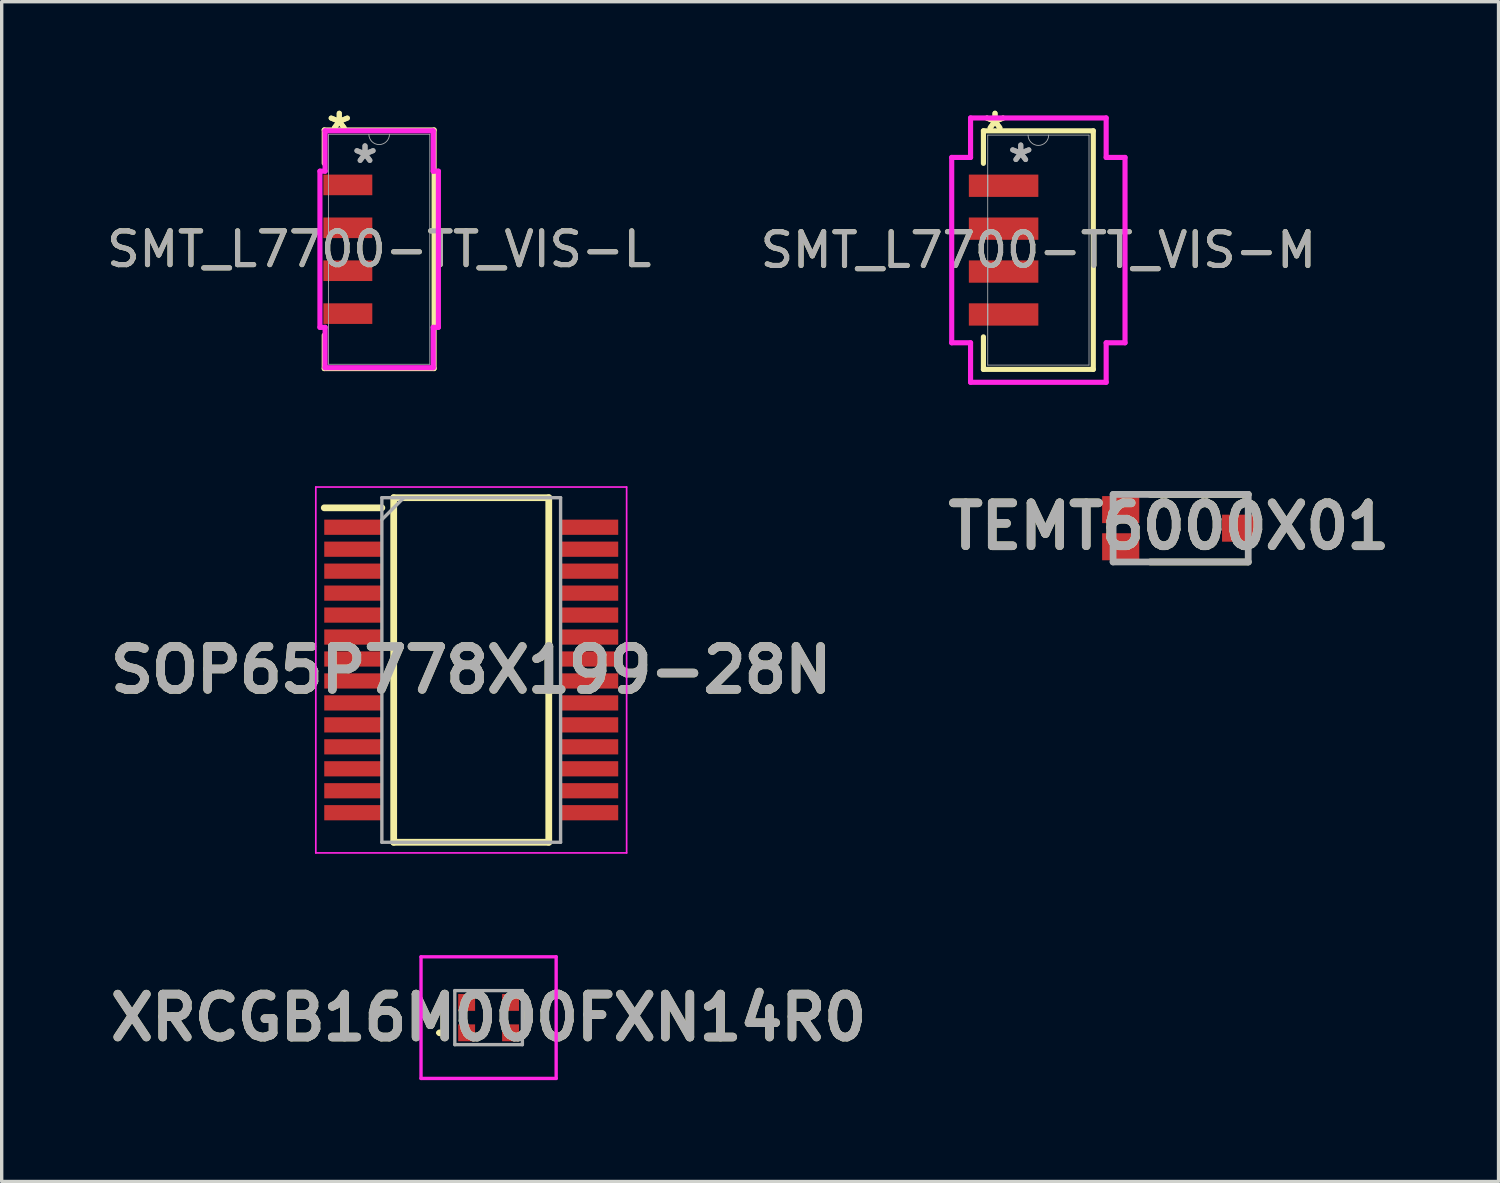
<source format=kicad_pcb>
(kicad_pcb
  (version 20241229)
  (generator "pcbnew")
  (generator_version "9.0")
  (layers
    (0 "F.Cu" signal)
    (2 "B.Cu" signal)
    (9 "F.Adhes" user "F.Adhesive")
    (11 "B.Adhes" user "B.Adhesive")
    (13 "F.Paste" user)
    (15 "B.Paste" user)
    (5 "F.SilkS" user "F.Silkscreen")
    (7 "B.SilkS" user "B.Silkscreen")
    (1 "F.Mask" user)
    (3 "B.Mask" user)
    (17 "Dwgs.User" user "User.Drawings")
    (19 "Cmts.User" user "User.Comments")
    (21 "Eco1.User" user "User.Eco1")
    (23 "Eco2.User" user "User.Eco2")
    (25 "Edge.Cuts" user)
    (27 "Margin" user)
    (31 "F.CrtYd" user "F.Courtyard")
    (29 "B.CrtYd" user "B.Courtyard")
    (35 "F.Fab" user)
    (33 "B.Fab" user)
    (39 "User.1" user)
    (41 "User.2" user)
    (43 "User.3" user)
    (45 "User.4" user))
  (footprint "SMT_L7700-TT_VIS-M"
    (layer "F.Cu")
    (at 27.685 4.353)
    (property "Reference" "SMT_L7700-TT_VIS-M" (at 0 0 0) (unlocked yes) (layer "F.SilkS") (effects (font (size 1 1) (thickness 0.15))))
    (attr smd)
    (fp_line (start -1.626 -3.531) (end -1.626 -2.568) (stroke (width 0.152) (type solid)) (layer "F.SilkS"))
    (fp_line (start -1.626 2.568) (end -1.626 3.531) (stroke (width 0.152) (type solid)) (layer "F.SilkS"))
    (fp_line (start -1.626 3.531) (end 1.626 3.531) (stroke (width 0.152) (type solid)) (layer "F.SilkS"))
    (fp_line (start 1.626 -3.531) (end -1.626 -3.531) (stroke (width 0.152) (type solid)) (layer "F.SilkS"))
    (fp_line (start 1.626 3.531) (end 1.626 -3.531) (stroke (width 0.152) (type solid)) (layer "F.SilkS"))
    (fp_line (start -2.565 -2.743) (end -2.007 -2.743) (stroke (width 0.152) (type solid)) (layer "F.CrtYd"))
    (fp_line (start -2.565 2.743) (end -2.565 -2.743) (stroke (width 0.152) (type solid)) (layer "F.CrtYd"))
    (fp_line (start -2.565 2.743) (end -2.007 2.743) (stroke (width 0.152) (type solid)) (layer "F.CrtYd"))
    (fp_line (start -2.007 -3.912) (end 2.007 -3.912) (stroke (width 0.152) (type solid)) (layer "F.CrtYd"))
    (fp_line (start -2.007 -2.743) (end -2.007 -3.912) (stroke (width 0.152) (type solid)) (layer "F.CrtYd"))
    (fp_line (start -2.007 3.912) (end -2.007 2.743) (stroke (width 0.152) (type solid)) (layer "F.CrtYd"))
    (fp_line (start 2.007 -3.912) (end 2.007 -2.743) (stroke (width 0.152) (type solid)) (layer "F.CrtYd"))
    (fp_line (start 2.007 2.743) (end 2.007 3.912) (stroke (width 0.152) (type solid)) (layer "F.CrtYd"))
    (fp_line (start 2.007 3.912) (end -2.007 3.912) (stroke (width 0.152) (type solid)) (layer "F.CrtYd"))
    (fp_line (start 2.565 -2.743) (end 2.007 -2.743) (stroke (width 0.152) (type solid)) (layer "F.CrtYd"))
    (fp_line (start 2.565 -2.743) (end 2.565 2.743) (stroke (width 0.152) (type solid)) (layer "F.CrtYd"))
    (fp_line (start 2.565 2.743) (end 2.007 2.743) (stroke (width 0.152) (type solid)) (layer "F.CrtYd"))
    (fp_line (start -1.499 -3.404) (end -1.499 3.404) (stroke (width 0.025) (type solid)) (layer "F.Fab"))
    (fp_line (start -1.499 -2.21) (end -1.499 -2.21) (stroke (width 0.025) (type solid)) (layer "F.Fab"))
    (fp_line (start -1.499 -2.21) (end -1.499 -1.6) (stroke (width 0.025) (type solid)) (layer "F.Fab"))
    (fp_line (start -1.499 -1.6) (end -1.499 -2.21) (stroke (width 0.025) (type solid)) (layer "F.Fab"))
    (fp_line (start -1.499 -1.6) (end -1.499 -1.6) (stroke (width 0.025) (type solid)) (layer "F.Fab"))
    (fp_line (start -1.499 -0.94) (end -1.499 -0.94) (stroke (width 0.025) (type solid)) (layer "F.Fab"))
    (fp_line (start -1.499 -0.94) (end -1.499 -0.33) (stroke (width 0.025) (type solid)) (layer "F.Fab"))
    (fp_line (start -1.499 -0.33) (end -1.499 -0.94) (stroke (width 0.025) (type solid)) (layer "F.Fab"))
    (fp_line (start -1.499 -0.33) (end -1.499 -0.33) (stroke (width 0.025) (type solid)) (layer "F.Fab"))
    (fp_line (start -1.499 0.33) (end -1.499 0.33) (stroke (width 0.025) (type solid)) (layer "F.Fab"))
    (fp_line (start -1.499 0.33) (end -1.499 0.94) (stroke (width 0.025) (type solid)) (layer "F.Fab"))
    (fp_line (start -1.499 0.94) (end -1.499 0.33) (stroke (width 0.025) (type solid)) (layer "F.Fab"))
    (fp_line (start -1.499 0.94) (end -1.499 0.94) (stroke (width 0.025) (type solid)) (layer "F.Fab"))
    (fp_line (start -1.499 1.6) (end -1.499 1.6) (stroke (width 0.025) (type solid)) (layer "F.Fab"))
    (fp_line (start -1.499 1.6) (end -1.499 2.21) (stroke (width 0.025) (type solid)) (layer "F.Fab"))
    (fp_line (start -1.499 2.21) (end -1.499 1.6) (stroke (width 0.025) (type solid)) (layer "F.Fab"))
    (fp_line (start -1.499 2.21) (end -1.499 2.21) (stroke (width 0.025) (type solid)) (layer "F.Fab"))
    (fp_line (start -1.499 3.404) (end 1.499 3.404) (stroke (width 0.025) (type solid)) (layer "F.Fab"))
    (fp_line (start 1.499 -3.404) (end -1.499 -3.404) (stroke (width 0.025) (type solid)) (layer "F.Fab"))
    (fp_line (start 1.499 3.404) (end 1.499 -3.404) (stroke (width 0.025) (type solid)) (layer "F.Fab"))
    (fp_arc (start 0.3048 -3.4036) (mid 0 -3.0988) (end -0.3048 -3.4036) (stroke (width 0.0254) (type solid)) (layer "F.Fab"))
    (fp_text user "*" (at -1.283 -3.505 0) (layer "F.SilkS") (effects (font (size 1 1) (thickness 0.15))))
    (fp_text user "*" (at -1.283 -3.505 0) (unlocked yes) (layer "F.SilkS") (effects (font (size 1 1) (thickness 0.15))))
    (fp_text user "${REFERENCE}" (at 0 0 0) (unlocked yes) (layer "F.Fab") (effects (font (size 1 1) (thickness 0.15))))
    (fp_text user "*" (at -0.521 -2.565 0) (layer "F.Fab") (effects (font (size 1 1) (thickness 0.15))))
    (fp_text user "*" (at -0.521 -2.565 0) (unlocked yes) (layer "F.Fab") (effects (font (size 1 1) (thickness 0.15))))
    (pad "1" smd rect (at -1.029 -1.905) (size 2.057 0.66) (layers "F.Cu" "F.Mask" "F.Paste"))
    (pad "2" smd rect (at -1.029 -0.635) (size 2.057 0.66) (layers "F.Cu" "F.Mask" "F.Paste"))
    (pad "3" smd rect (at -1.029 0.635) (size 2.057 0.66) (layers "F.Cu" "F.Mask" "F.Paste"))
    (pad "4" smd rect (at -1.029 1.905) (size 2.057 0.66) (layers "F.Cu" "F.Mask" "F.Paste")))
  (footprint "XRCGB16M000FXN14R0"
    (layer "F.Cu")
    (at 11.412 27.071)
    (property "Reference" "XRCGB16M000FXN14R0" (at 0 0 0) (layer "F.SilkS") (effects (font (size 1.27 1.27) (thickness 0.254))))
    (attr smd)
    (fp_line (start -1.5 0.45) (end -1.5 0.45) (stroke (width 0.1) (type solid)) (layer "F.SilkS"))
    (fp_line (start -1.4 0.45) (end -1.4 0.45) (stroke (width 0.1) (type solid)) (layer "F.SilkS"))
    (fp_arc (start -1.5 0.45) (mid -1.45 0.4) (end -1.4 0.45) (stroke (width 0.1) (type solid)) (layer "F.SilkS"))
    (fp_arc (start -1.4 0.45) (mid -1.45 0.5) (end -1.5 0.45) (stroke (width 0.1) (type solid)) (layer "F.SilkS"))
    (fp_line (start -2 -1.8) (end 2 -1.8) (stroke (width 0.1) (type solid)) (layer "F.CrtYd"))
    (fp_line (start -2 1.8) (end -2 -1.8) (stroke (width 0.1) (type solid)) (layer "F.CrtYd"))
    (fp_line (start 2 -1.8) (end 2 1.8) (stroke (width 0.1) (type solid)) (layer "F.CrtYd"))
    (fp_line (start 2 1.8) (end -2 1.8) (stroke (width 0.1) (type solid)) (layer "F.CrtYd"))
    (fp_line (start -1 -0.8) (end 1 -0.8) (stroke (width 0.1) (type solid)) (layer "F.Fab"))
    (fp_line (start -1 0.8) (end -1 -0.8) (stroke (width 0.1) (type solid)) (layer "F.Fab"))
    (fp_line (start 1 -0.8) (end 1 0.8) (stroke (width 0.1) (type solid)) (layer "F.Fab"))
    (fp_line (start 1 0.8) (end -1 0.8) (stroke (width 0.1) (type solid)) (layer "F.Fab"))
    (fp_text user "${REFERENCE}" (at 0 0 0) (layer "F.Fab") (effects (font (size 1.27 1.27) (thickness 0.254))))
    (pad "1" smd rect (at -0.65 0.45 90) (size 0.5 0.5) (layers "F.Cu" "F.Mask" "F.Paste"))
    (pad "2" smd rect (at 0.65 0.45 90) (size 0.5 0.5) (layers "F.Cu" "F.Mask" "F.Paste"))
    (pad "3" smd rect (at 0.65 -0.45 90) (size 0.5 0.5) (layers "F.Cu" "F.Mask" "F.Paste"))
    (pad "4" smd rect (at -0.65 -0.45 90) (size 0.5 0.5) (layers "F.Cu" "F.Mask" "F.Paste")))
  (footprint "SMT_L7700-TT_VIS-L"
    (layer "F.Cu")
    (at 8.173 4.328)
    (property "Reference" "SMT_L7700-TT_VIS-L" (at 0 0 0) (unlocked yes) (layer "F.SilkS") (effects (font (size 1 1) (thickness 0.15))))
    (attr smd)
    (fp_line (start -1.626 -3.531) (end -1.626 -2.543) (stroke (width 0.152) (type solid)) (layer "F.SilkS"))
    (fp_line (start -1.626 2.543) (end -1.626 3.531) (stroke (width 0.152) (type solid)) (layer "F.SilkS"))
    (fp_line (start -1.626 3.531) (end 1.626 3.531) (stroke (width 0.152) (type solid)) (layer "F.SilkS"))
    (fp_line (start 1.626 -3.531) (end -1.626 -3.531) (stroke (width 0.152) (type solid)) (layer "F.SilkS"))
    (fp_line (start 1.626 3.531) (end 1.626 -3.531) (stroke (width 0.152) (type solid)) (layer "F.SilkS"))
    (fp_line (start -1.753 -2.311) (end -1.6 -2.311) (stroke (width 0.152) (type solid)) (layer "F.CrtYd"))
    (fp_line (start -1.753 2.311) (end -1.753 -2.311) (stroke (width 0.152) (type solid)) (layer "F.CrtYd"))
    (fp_line (start -1.753 2.311) (end -1.6 2.311) (stroke (width 0.152) (type solid)) (layer "F.CrtYd"))
    (fp_line (start -1.6 -3.505) (end 1.6 -3.505) (stroke (width 0.152) (type solid)) (layer "F.CrtYd"))
    (fp_line (start -1.6 -2.311) (end -1.6 -3.505) (stroke (width 0.152) (type solid)) (layer "F.CrtYd"))
    (fp_line (start -1.6 3.505) (end -1.6 2.311) (stroke (width 0.152) (type solid)) (layer "F.CrtYd"))
    (fp_line (start 1.6 -3.505) (end 1.6 -2.311) (stroke (width 0.152) (type solid)) (layer "F.CrtYd"))
    (fp_line (start 1.6 2.311) (end 1.6 3.505) (stroke (width 0.152) (type solid)) (layer "F.CrtYd"))
    (fp_line (start 1.6 3.505) (end -1.6 3.505) (stroke (width 0.152) (type solid)) (layer "F.CrtYd"))
    (fp_line (start 1.753 -2.311) (end 1.6 -2.311) (stroke (width 0.152) (type solid)) (layer "F.CrtYd"))
    (fp_line (start 1.753 -2.311) (end 1.753 2.311) (stroke (width 0.152) (type solid)) (layer "F.CrtYd"))
    (fp_line (start 1.753 2.311) (end 1.6 2.311) (stroke (width 0.152) (type solid)) (layer "F.CrtYd"))
    (fp_line (start -1.499 -3.404) (end -1.499 3.404) (stroke (width 0.025) (type solid)) (layer "F.Fab"))
    (fp_line (start -1.499 -1.6) (end -1.499 -1.6) (stroke (width 0.025) (type solid)) (layer "F.Fab"))
    (fp_line (start -1.499 -0.94) (end -1.499 -0.94) (stroke (width 0.025) (type solid)) (layer "F.Fab"))
    (fp_line (start -1.499 -0.94) (end -1.499 -0.33) (stroke (width 0.025) (type solid)) (layer "F.Fab"))
    (fp_line (start -1.499 -0.33) (end -1.499 -0.94) (stroke (width 0.025) (type solid)) (layer "F.Fab"))
    (fp_line (start -1.499 -0.33) (end -1.499 -0.33) (stroke (width 0.025) (type solid)) (layer "F.Fab"))
    (fp_line (start -1.499 0.33) (end -1.499 0.33) (stroke (width 0.025) (type solid)) (layer "F.Fab"))
    (fp_line (start -1.499 0.33) (end -1.499 0.94) (stroke (width 0.025) (type solid)) (layer "F.Fab"))
    (fp_line (start -1.499 0.94) (end -1.499 0.33) (stroke (width 0.025) (type solid)) (layer "F.Fab"))
    (fp_line (start -1.499 0.94) (end -1.499 0.94) (stroke (width 0.025) (type solid)) (layer "F.Fab"))
    (fp_line (start -1.499 3.404) (end 1.499 3.404) (stroke (width 0.025) (type solid)) (layer "F.Fab"))
    (fp_line (start 1.499 -3.404) (end -1.499 -3.404) (stroke (width 0.025) (type solid)) (layer "F.Fab"))
    (fp_line (start 1.499 3.404) (end 1.499 -3.404) (stroke (width 0.025) (type solid)) (layer "F.Fab"))
    (fp_arc (start 0.3048 -3.4036) (mid 0 -3.0988) (end -0.3048 -3.4036) (stroke (width 0.0254) (type solid)) (layer "F.Fab"))
    (fp_text user "*" (at -1.181 -3.48 0) (layer "F.SilkS") (effects (font (size 1 1) (thickness 0.15))))
    (fp_text user "*" (at -1.181 -3.48 0) (unlocked yes) (layer "F.SilkS") (effects (font (size 1 1) (thickness 0.15))))
    (fp_text user "${REFERENCE}" (at 0 0 0) (unlocked yes) (layer "F.Fab") (effects (font (size 1 1) (thickness 0.15))))
    (fp_text user "*" (at -0.419 -2.515 0) (unlocked yes) (layer "F.Fab") (effects (font (size 1 1) (thickness 0.15))))
    (fp_text user "*" (at -0.419 -2.515 0) (layer "F.Fab") (effects (font (size 1 1) (thickness 0.15))))
    (pad "1" smd rect (at -0.927 -1.905) (size 1.448 0.61) (layers "F.Cu" "F.Mask" "F.Paste"))
    (pad "2" smd rect (at -0.927 -0.635) (size 1.448 0.61) (layers "F.Cu" "F.Mask" "F.Paste"))
    (pad "3" smd rect (at -0.927 0.635) (size 1.448 0.61) (layers "F.Cu" "F.Mask" "F.Paste"))
    (pad "4" smd rect (at -0.927 1.905) (size 1.448 0.61) (layers "F.Cu" "F.Mask" "F.Paste")))
  (footprint "TEMT6000X01"
    (layer "F.Cu")
    (at 31.897 12.584)
    (property "Reference" "TEMT6000X01" (at -0.346 -0.054 0) (layer "F.SilkS") (effects (font (size 1.27 1.27) (thickness 0.254))))
    (attr smd)
    (fp_line (start 2 -1) (end -0.9 -1) (stroke (width 0.2) (type solid)) (layer "F.SilkS"))
    (fp_line (start 2 1) (end -0.9 1) (stroke (width 0.2) (type solid)) (layer "F.SilkS"))
    (fp_line (start -2 -1) (end 2 -1) (stroke (width 0.2) (type solid)) (layer "F.Fab"))
    (fp_line (start -2 1) (end -2 -1) (stroke (width 0.2) (type solid)) (layer "F.Fab"))
    (fp_line (start 2 -1) (end 2 1) (stroke (width 0.2) (type solid)) (layer "F.Fab"))
    (fp_line (start 2 1) (end -2 1) (stroke (width 0.2) (type solid)) (layer "F.Fab"))
    (fp_text user "${REFERENCE}" (at -0.346 -0.054 0) (layer "F.Fab") (effects (font (size 1.27 1.27) (thickness 0.254))))
    (pad "1" smd rect (at -1.775 0.55 90) (size 0.8 1.1) (layers "F.Cu" "F.Mask" "F.Paste"))
    (pad "2" smd rect (at -1.775 -0.55 90) (size 0.8 1.1) (layers "F.Cu" "F.Mask" "F.Paste"))
    (pad "3" smd rect (at 1.775 0 90) (size 0.8 1.1) (layers "F.Cu" "F.Mask" "F.Paste")))
  (footprint "SOP65P778X199-28N"
    (layer "F.Cu")
    (at 10.898 16.781)
    (property "Reference" "SOP65P778X199-28N" (at 0 0 0) (layer "F.SilkS") (effects (font (size 1.27 1.27) (thickness 0.254))))
    (attr smd)
    (fp_line (start -4.35 -4.8) (end -2.645 -4.8) (stroke (width 0.2) (type solid)) (layer "F.SilkS"))
    (fp_line (start -2.295 -5.1) (end 2.295 -5.1) (stroke (width 0.2) (type solid)) (layer "F.SilkS"))
    (fp_line (start -2.295 5.1) (end -2.295 -5.1) (stroke (width 0.2) (type solid)) (layer "F.SilkS"))
    (fp_line (start 2.295 -5.1) (end 2.295 5.1) (stroke (width 0.2) (type solid)) (layer "F.SilkS"))
    (fp_line (start 2.295 5.1) (end -2.295 5.1) (stroke (width 0.2) (type solid)) (layer "F.SilkS"))
    (fp_line (start -4.6 -5.415) (end 4.6 -5.415) (stroke (width 0.05) (type solid)) (layer "F.CrtYd"))
    (fp_line (start -4.6 5.415) (end -4.6 -5.415) (stroke (width 0.05) (type solid)) (layer "F.CrtYd"))
    (fp_line (start 4.6 -5.415) (end 4.6 5.415) (stroke (width 0.05) (type solid)) (layer "F.CrtYd"))
    (fp_line (start 4.6 5.415) (end -4.6 5.415) (stroke (width 0.05) (type solid)) (layer "F.CrtYd"))
    (fp_line (start -2.645 -5.1) (end 2.645 -5.1) (stroke (width 0.1) (type solid)) (layer "F.Fab"))
    (fp_line (start -2.645 -4.45) (end -1.995 -5.1) (stroke (width 0.1) (type solid)) (layer "F.Fab"))
    (fp_line (start -2.645 5.1) (end -2.645 -5.1) (stroke (width 0.1) (type solid)) (layer "F.Fab"))
    (fp_line (start 2.645 -5.1) (end 2.645 5.1) (stroke (width 0.1) (type solid)) (layer "F.Fab"))
    (fp_line (start 2.645 5.1) (end -2.645 5.1) (stroke (width 0.1) (type solid)) (layer "F.Fab"))
    (fp_text user "${REFERENCE}" (at 0 0 0) (layer "F.Fab") (effects (font (size 1.27 1.27) (thickness 0.254))))
    (pad "1" smd rect (at -3.498 -4.225 90) (size 0.45 1.705) (layers "F.Cu" "F.Mask" "F.Paste"))
    (pad "2" smd rect (at -3.498 -3.575 90) (size 0.45 1.705) (layers "F.Cu" "F.Mask" "F.Paste"))
    (pad "3" smd rect (at -3.498 -2.925 90) (size 0.45 1.705) (layers "F.Cu" "F.Mask" "F.Paste"))
    (pad "4" smd rect (at -3.498 -2.275 90) (size 0.45 1.705) (layers "F.Cu" "F.Mask" "F.Paste"))
    (pad "5" smd rect (at -3.498 -1.625 90) (size 0.45 1.705) (layers "F.Cu" "F.Mask" "F.Paste"))
    (pad "6" smd rect (at -3.498 -0.975 90) (size 0.45 1.705) (layers "F.Cu" "F.Mask" "F.Paste"))
    (pad "7" smd rect (at -3.498 -0.325 90) (size 0.45 1.705) (layers "F.Cu" "F.Mask" "F.Paste"))
    (pad "8" smd rect (at -3.498 0.325 90) (size 0.45 1.705) (layers "F.Cu" "F.Mask" "F.Paste"))
    (pad "9" smd rect (at -3.498 0.975 90) (size 0.45 1.705) (layers "F.Cu" "F.Mask" "F.Paste"))
    (pad "10" smd rect (at -3.498 1.625 90) (size 0.45 1.705) (layers "F.Cu" "F.Mask" "F.Paste"))
    (pad "11" smd rect (at -3.498 2.275 90) (size 0.45 1.705) (layers "F.Cu" "F.Mask" "F.Paste"))
    (pad "12" smd rect (at -3.498 2.925 90) (size 0.45 1.705) (layers "F.Cu" "F.Mask" "F.Paste"))
    (pad "13" smd rect (at -3.498 3.575 90) (size 0.45 1.705) (layers "F.Cu" "F.Mask" "F.Paste"))
    (pad "14" smd rect (at -3.498 4.225 90) (size 0.45 1.705) (layers "F.Cu" "F.Mask" "F.Paste"))
    (pad "15" smd rect (at 3.498 4.225 90) (size 0.45 1.705) (layers "F.Cu" "F.Mask" "F.Paste"))
    (pad "16" smd rect (at 3.498 3.575 90) (size 0.45 1.705) (layers "F.Cu" "F.Mask" "F.Paste"))
    (pad "17" smd rect (at 3.498 2.925 90) (size 0.45 1.705) (layers "F.Cu" "F.Mask" "F.Paste"))
    (pad "18" smd rect (at 3.498 2.275 90) (size 0.45 1.705) (layers "F.Cu" "F.Mask" "F.Paste"))
    (pad "19" smd rect (at 3.498 1.625 90) (size 0.45 1.705) (layers "F.Cu" "F.Mask" "F.Paste"))
    (pad "20" smd rect (at 3.498 0.975 90) (size 0.45 1.705) (layers "F.Cu" "F.Mask" "F.Paste"))
    (pad "21" smd rect (at 3.498 0.325 90) (size 0.45 1.705) (layers "F.Cu" "F.Mask" "F.Paste"))
    (pad "22" smd rect (at 3.498 -0.325 90) (size 0.45 1.705) (layers "F.Cu" "F.Mask" "F.Paste"))
    (pad "23" smd rect (at 3.498 -0.975 90) (size 0.45 1.705) (layers "F.Cu" "F.Mask" "F.Paste"))
    (pad "24" smd rect (at 3.498 -1.625 90) (size 0.45 1.705) (layers "F.Cu" "F.Mask" "F.Paste"))
    (pad "25" smd rect (at 3.498 -2.275 90) (size 0.45 1.705) (layers "F.Cu" "F.Mask" "F.Paste"))
    (pad "26" smd rect (at 3.498 -2.925 90) (size 0.45 1.705) (layers "F.Cu" "F.Mask" "F.Paste"))
    (pad "27" smd rect (at 3.498 -3.575 90) (size 0.45 1.705) (layers "F.Cu" "F.Mask" "F.Paste"))
    (pad "28" smd rect (at 3.498 -4.225 90) (size 0.45 1.705) (layers "F.Cu" "F.Mask" "F.Paste")))
  (gr_rect
    (start -3 -3)
    (end 41.306 31.921)
    (stroke (width 0.1) (type default))
    (fill no)
    (layer "Edge.Cuts")))
</source>
